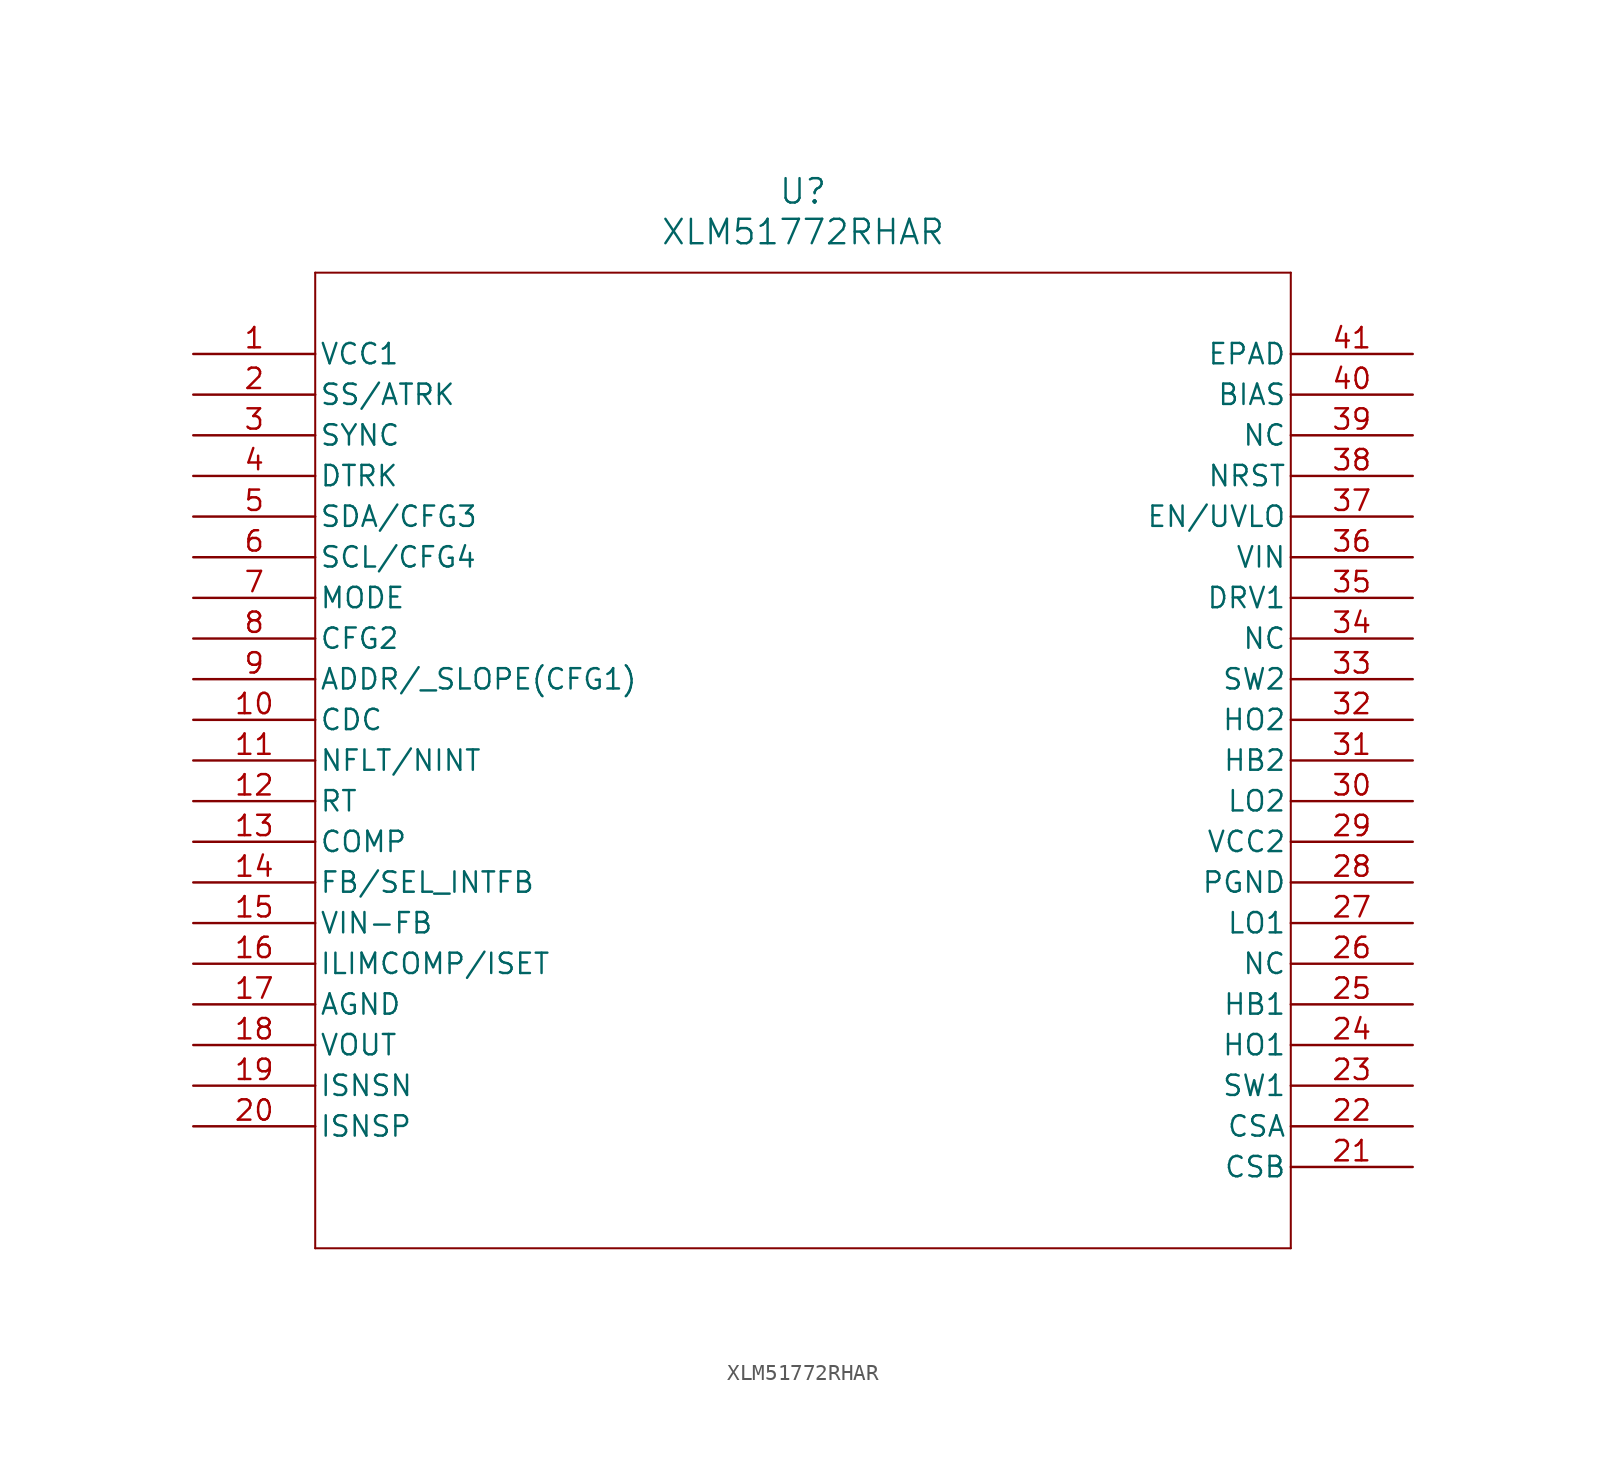
<source format=kicad_sym>
(kicad_symbol_lib
  (version 20211014)
  (generator kicad_symbol_editor)
  (symbol "XLM51772RHAR"
    (pin_names
      (offset 0.254))
    (property "Reference" "U"
      (at 38.1 10.16 0)
      (effects (font (size 1.524 1.524))))
    (property "Value" "XLM51772RHAR"
      (at 38.1 7.62 0)
      (effects (font (size 1.524 1.524))))
    (symbol "XLM51772RHAR_0_1"
      (polyline (pts (xy 7.62 5.08) (xy 7.62 -55.88)) (stroke (width 0.127) (type default) (color 0 0 0 0)) (fill (type none)))
      (polyline (pts (xy 7.62 -55.88) (xy 68.58 -55.88)) (stroke (width 0.127) (type default) (color 0 0 0 0)) (fill (type none)))
      (polyline (pts (xy 68.58 -55.88) (xy 68.58 5.08)) (stroke (width 0.127) (type default) (color 0 0 0 0)) (fill (type none)))
      (polyline (pts (xy 68.58 5.08) (xy 7.62 5.08)) (stroke (width 0.127) (type default) (color 0 0 0 0)) (fill (type none)))
      (pin output line (at 0 0 0) (length 7.62) (name "VCC1" (effects (font (size 1.27 1.27)))) (number "1" (effects (font (size 1.27 1.27)))))
      (pin bidirectional line (at 0 -2.54 0) (length 7.62) (name "SS/ATRK" (effects (font (size 1.27 1.27)))) (number "2" (effects (font (size 1.27 1.27)))))
      (pin input line (at 0 -5.08 0) (length 7.62) (name "SYNC" (effects (font (size 1.27 1.27)))) (number "3" (effects (font (size 1.27 1.27)))))
      (pin input line (at 0 -7.62 0) (length 7.62) (name "DTRK" (effects (font (size 1.27 1.27)))) (number "4" (effects (font (size 1.27 1.27)))))
      (pin bidirectional line (at 0 -10.16 0) (length 7.62) (name "SDA/CFG3" (effects (font (size 1.27 1.27)))) (number "5" (effects (font (size 1.27 1.27)))))
      (pin input line (at 0 -12.7 0) (length 7.62) (name "SCL/CFG4" (effects (font (size 1.27 1.27)))) (number "6" (effects (font (size 1.27 1.27)))))
      (pin input line (at 0 -15.24 0) (length 7.62) (name "MODE" (effects (font (size 1.27 1.27)))) (number "7" (effects (font (size 1.27 1.27)))))
      (pin bidirectional line (at 0 -17.78 0) (length 7.62) (name "CFG2" (effects (font (size 1.27 1.27)))) (number "8" (effects (font (size 1.27 1.27)))))
      (pin input line (at 0 -20.32 0) (length 7.62) (name "ADDR/ SLOPE(CFG1)" (effects (font (size 1.27 1.27)))) (number "9" (effects (font (size 1.27 1.27)))))
      (pin output line (at 0 -22.86 0) (length 7.62) (name "CDC" (effects (font (size 1.27 1.27)))) (number "10" (effects (font (size 1.27 1.27)))))
      (pin bidirectional line (at 0 -25.4 0) (length 7.62) (name "NFLT/NINT" (effects (font (size 1.27 1.27)))) (number "11" (effects (font (size 1.27 1.27)))))
      (pin output line (at 0 -27.94 0) (length 7.62) (name "RT" (effects (font (size 1.27 1.27)))) (number "12" (effects (font (size 1.27 1.27)))))
      (pin input line (at 0 -30.48 0) (length 7.62) (name "COMP" (effects (font (size 1.27 1.27)))) (number "13" (effects (font (size 1.27 1.27)))))
      (pin input line (at 0 -33.02 0) (length 7.62) (name "FB/SEL_INTFB" (effects (font (size 1.27 1.27)))) (number "14" (effects (font (size 1.27 1.27)))))
      (pin unspecified line (at 0 -35.56 0) (length 7.62) (name "VIN-FB" (effects (font (size 1.27 1.27)))) (number "15" (effects (font (size 1.27 1.27)))))
      (pin unspecified line (at 0 -38.1 0) (length 7.62) (name "ILIMCOMP/ISET" (effects (font (size 1.27 1.27)))) (number "16" (effects (font (size 1.27 1.27)))))
      (pin power_out line (at 0 -40.64 0) (length 7.62) (name "AGND" (effects (font (size 1.27 1.27)))) (number "17" (effects (font (size 1.27 1.27)))))
      (pin input line (at 0 -43.18 0) (length 7.62) (name "VOUT" (effects (font (size 1.27 1.27)))) (number "18" (effects (font (size 1.27 1.27)))))
      (pin input line (at 0 -45.72 0) (length 7.62) (name "ISNSN" (effects (font (size 1.27 1.27)))) (number "19" (effects (font (size 1.27 1.27)))))
      (pin input line (at 0 -48.26 0) (length 7.62) (name "ISNSP" (effects (font (size 1.27 1.27)))) (number "20" (effects (font (size 1.27 1.27)))))
      (pin input line (at 76.2 -50.8 180) (length 7.62) (name "CSB" (effects (font (size 1.27 1.27)))) (number "21" (effects (font (size 1.27 1.27)))))
      (pin input line (at 76.2 -48.26 180) (length 7.62) (name "CSA" (effects (font (size 1.27 1.27)))) (number "22" (effects (font (size 1.27 1.27)))))
      (pin power_in line (at 76.2 -45.72 180) (length 7.62) (name "SW1" (effects (font (size 1.27 1.27)))) (number "23" (effects (font (size 1.27 1.27)))))
      (pin output line (at 76.2 -43.18 180) (length 7.62) (name "HO1" (effects (font (size 1.27 1.27)))) (number "24" (effects (font (size 1.27 1.27)))))
      (pin power_in line (at 76.2 -40.64 180) (length 7.62) (name "HB1" (effects (font (size 1.27 1.27)))) (number "25" (effects (font (size 1.27 1.27)))))
      (pin output line (at 76.2 -38.1 180) (length 7.62) (name "NC" (effects (font (size 1.27 1.27)))) (number "26" (effects (font (size 1.27 1.27)))))
      (pin output line (at 76.2 -35.56 180) (length 7.62) (name "LO1" (effects (font (size 1.27 1.27)))) (number "27" (effects (font (size 1.27 1.27)))))
      (pin power_out line (at 76.2 -33.02 180) (length 7.62) (name "PGND" (effects (font (size 1.27 1.27)))) (number "28" (effects (font (size 1.27 1.27)))))
      (pin output line (at 76.2 -30.48 180) (length 7.62) (name "VCC2" (effects (font (size 1.27 1.27)))) (number "29" (effects (font (size 1.27 1.27)))))
      (pin output line (at 76.2 -27.94 180) (length 7.62) (name "LO2" (effects (font (size 1.27 1.27)))) (number "30" (effects (font (size 1.27 1.27)))))
      (pin power_in line (at 76.2 -25.4 180) (length 7.62) (name "HB2" (effects (font (size 1.27 1.27)))) (number "31" (effects (font (size 1.27 1.27)))))
      (pin output line (at 76.2 -22.86 180) (length 7.62) (name "HO2" (effects (font (size 1.27 1.27)))) (number "32" (effects (font (size 1.27 1.27)))))
      (pin power_in line (at 76.2 -20.32 180) (length 7.62) (name "SW2" (effects (font (size 1.27 1.27)))) (number "33" (effects (font (size 1.27 1.27)))))
      (pin output line (at 76.2 -17.78 180) (length 7.62) (name "NC" (effects (font (size 1.27 1.27)))) (number "34" (effects (font (size 1.27 1.27)))))
      (pin input line (at 76.2 -15.24 180) (length 7.62) (name "DRV1" (effects (font (size 1.27 1.27)))) (number "35" (effects (font (size 1.27 1.27)))))
      (pin input line (at 76.2 -12.7 180) (length 7.62) (name "VIN" (effects (font (size 1.27 1.27)))) (number "36" (effects (font (size 1.27 1.27)))))
      (pin input line (at 76.2 -10.16 180) (length 7.62) (name "EN/UVLO" (effects (font (size 1.27 1.27)))) (number "37" (effects (font (size 1.27 1.27)))))
      (pin output line (at 76.2 -7.62 180) (length 7.62) (name "NRST" (effects (font (size 1.27 1.27)))) (number "38" (effects (font (size 1.27 1.27)))))
      (pin power_out line (at 76.2 -5.08 180) (length 7.62) (name "NC" (effects (font (size 1.27 1.27)))) (number "39" (effects (font (size 1.27 1.27)))))
      (pin unspecified line (at 76.2 -2.54 180) (length 7.62) (name "BIAS" (effects (font (size 1.27 1.27)))) (number "40" (effects (font (size 1.27 1.27)))))
      (pin power_out line (at 76.2 0 180) (length 7.62) (name "EPAD" (effects (font (size 1.27 1.27)))) (number "41" (effects (font (size 1.27 1.27))))))))
</source>
